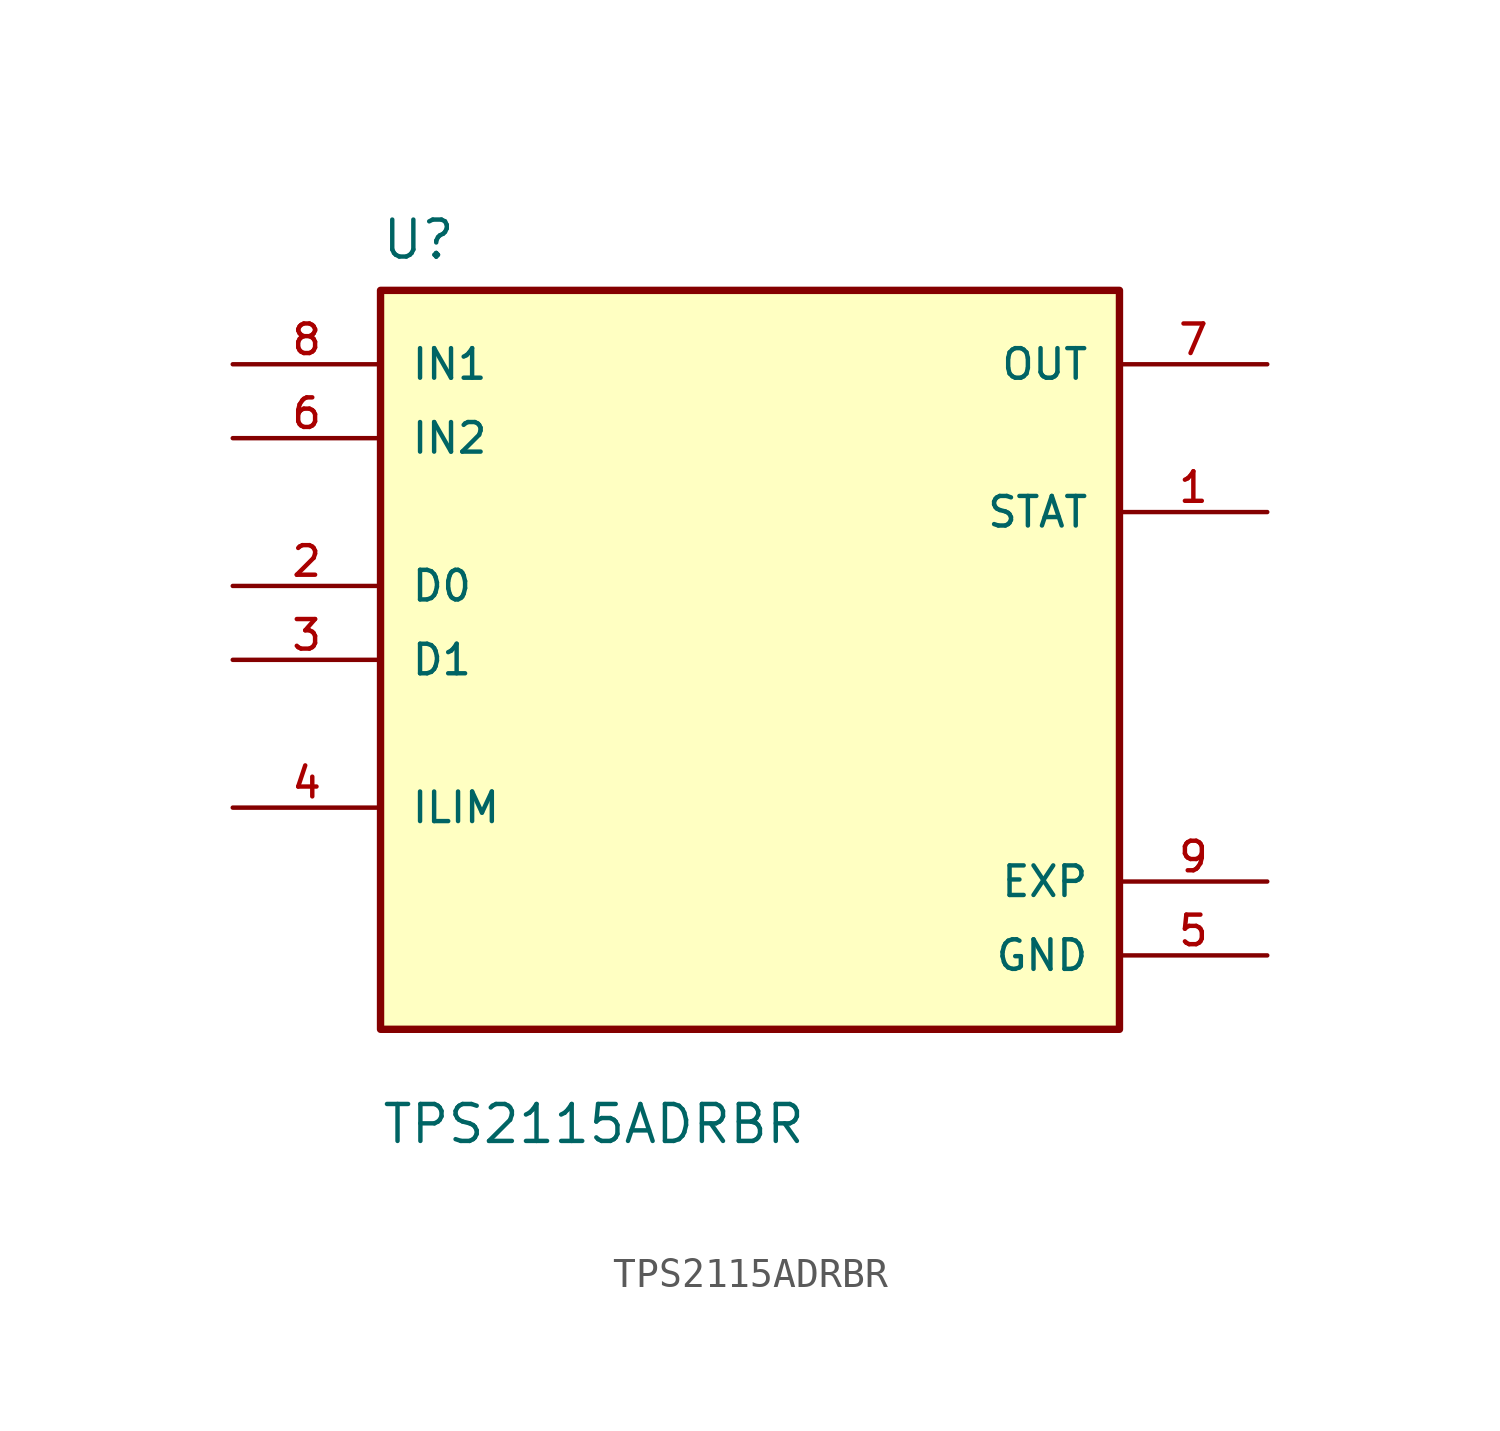
<source format=kicad_sym>
(kicad_symbol_lib
  (version 20220914)
  (generator kicad_symbol_editor)
  (symbol "TPS2115ADRBR"
    (pin_names
      (offset 1.016))
    (property "Reference" "U"
      (at -12.7 13.7 0)
      (effects (font (size 1.27 1.27)) (justify left bottom)))
    (property "Value" "TPS2115ADRBR"
      (at -12.7 -16.7 0)
      (effects (font (size 1.27 1.27)) (justify left bottom)))
    (symbol "TPS2115ADRBR_0_0"
      (rectangle (start -12.7 -12.7) (end 12.7 12.7) (stroke (width 0.254) (type default)) (fill (type background)))
      (pin output line (at 17.78 5.08 180) (length 5.08) (name "STAT" (effects (font (size 1.016 1.016)))) (number "1" (effects (font (size 1.016 1.016)))))
      (pin input line (at -17.78 2.54 0) (length 5.08) (name "D0" (effects (font (size 1.016 1.016)))) (number "2" (effects (font (size 1.016 1.016)))))
      (pin input line (at -17.78 0 0) (length 5.08) (name "D1" (effects (font (size 1.016 1.016)))) (number "3" (effects (font (size 1.016 1.016)))))
      (pin input line (at -17.78 -5.08 0) (length 5.08) (name "ILIM" (effects (font (size 1.016 1.016)))) (number "4" (effects (font (size 1.016 1.016)))))
      (pin power_in line (at 17.78 -10.16 180) (length 5.08) (name "GND" (effects (font (size 1.016 1.016)))) (number "5" (effects (font (size 1.016 1.016)))))
      (pin input line (at -17.78 7.62 0) (length 5.08) (name "IN2" (effects (font (size 1.016 1.016)))) (number "6" (effects (font (size 1.016 1.016)))))
      (pin output line (at 17.78 10.16 180) (length 5.08) (name "OUT" (effects (font (size 1.016 1.016)))) (number "7" (effects (font (size 1.016 1.016)))))
      (pin input line (at -17.78 10.16 0) (length 5.08) (name "IN1" (effects (font (size 1.016 1.016)))) (number "8" (effects (font (size 1.016 1.016)))))
      (pin power_in line (at 17.78 -7.62 180) (length 5.08) (name "EXP" (effects (font (size 1.016 1.016)))) (number "9" (effects (font (size 1.016 1.016))))))))
</source>
